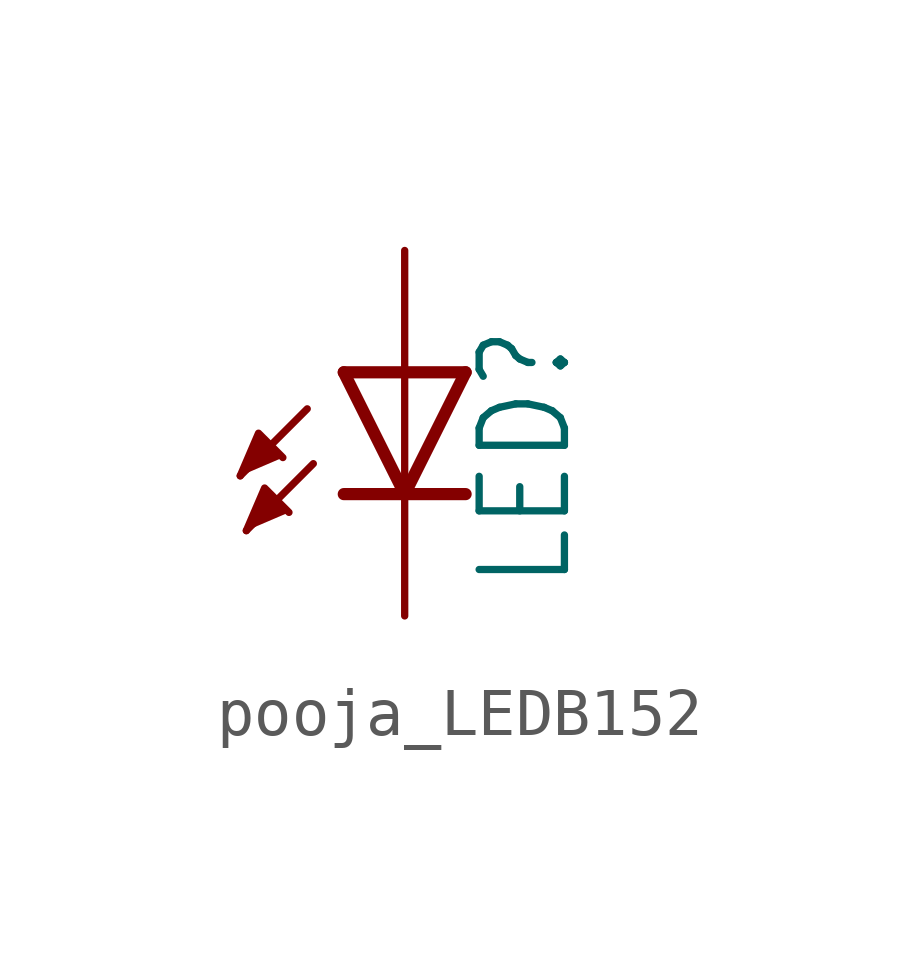
<source format=kicad_sym>
(kicad_symbol_lib
  (version 20220914)
  (generator kicad_symbol_editor)
  (symbol "pooja_LEDB152"
    (property "Reference" "LED"
      (at 3.556 -4.572 90)
      (effects (font (size 1.778 1.511)) (justify left bottom)))
    (property "Value" ""
      (at 5.715 -4.572 90)
      (effects (font (size 1.778 1.511)) (justify left bottom)))
    (property "ki_locked" ""
      (at 0 0 0)
      (effects (font (size 1.27 1.27))))
    (symbol "pooja_LEDB152_1_0"
      (polyline (pts (xy -2.032 -0.762) (xy -3.429 -2.159)) (stroke (width 0.152) (type solid)) (fill (type none)))
      (polyline (pts (xy -1.905 -1.905) (xy -3.302 -3.302)) (stroke (width 0.152) (type solid)) (fill (type none)))
      (polyline (pts (xy 0 -2.54) (xy -1.27 -2.54)) (stroke (width 0.254) (type solid)) (fill (type none)))
      (polyline (pts (xy 0 -2.54) (xy -1.27 0)) (stroke (width 0.254) (type solid)) (fill (type none)))
      (polyline (pts (xy 0 0) (xy -1.27 0)) (stroke (width 0.254) (type solid)) (fill (type none)))
      (polyline (pts (xy 0 0) (xy 0 -2.54)) (stroke (width 0.152) (type solid)) (fill (type none)))
      (polyline (pts (xy 1.27 -2.54) (xy 0 -2.54)) (stroke (width 0.254) (type solid)) (fill (type none)))
      (polyline (pts (xy 1.27 0) (xy 0 -2.54)) (stroke (width 0.254) (type solid)) (fill (type none)))
      (polyline (pts (xy 1.27 0) (xy 0 0)) (stroke (width 0.254) (type solid)) (fill (type none)))
      (polyline (pts (xy -3.429 -2.159) (xy -3.048 -1.27) (xy -2.54 -1.778)) (stroke (width 0.152) (type solid)) (fill (type outline)))
      (polyline (pts (xy -3.302 -3.302) (xy -2.921 -2.413) (xy -2.413 -2.921)) (stroke (width 0.152) (type solid)) (fill (type outline)))
      (pin passive line (at 0 2.54 270) (length 2.54) (name "A" (effects (font (size 0 0)))) (number "A" (effects (font (size 0 0)))))
      (pin passive line (at 0 -5.08 90) (length 2.54) (name "C" (effects (font (size 0 0)))) (number "K" (effects (font (size 0 0))))))))
</source>
